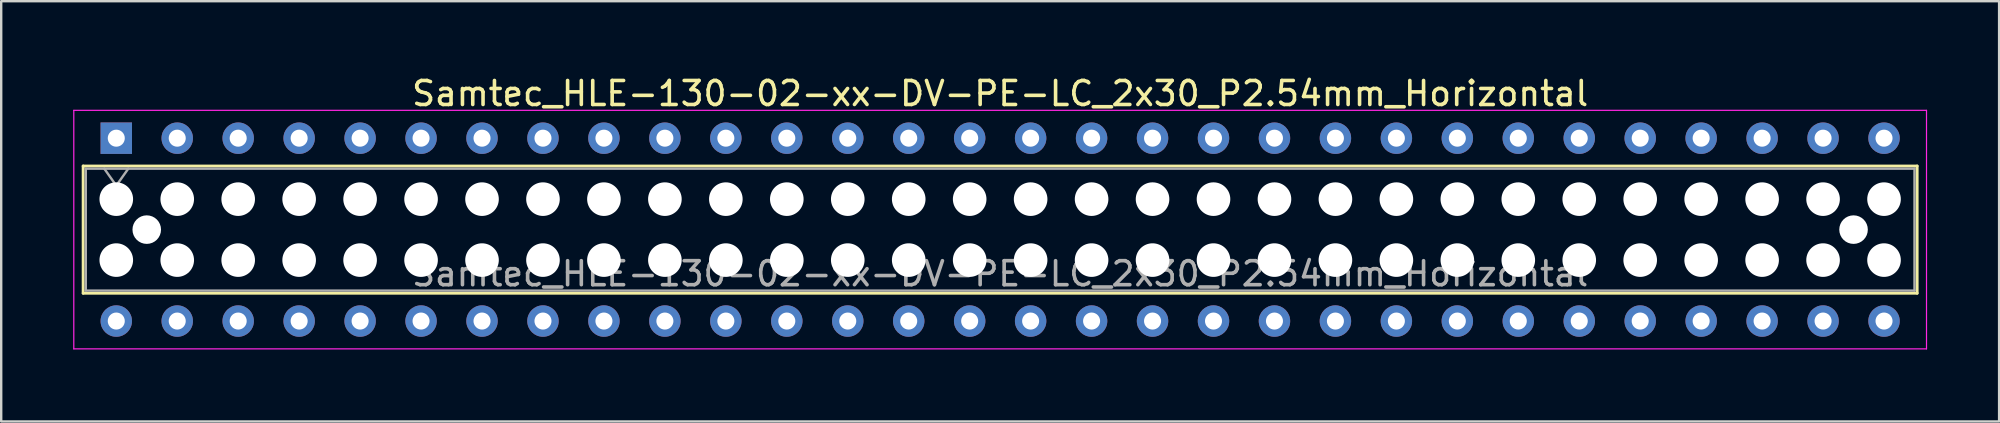
<source format=kicad_pcb>
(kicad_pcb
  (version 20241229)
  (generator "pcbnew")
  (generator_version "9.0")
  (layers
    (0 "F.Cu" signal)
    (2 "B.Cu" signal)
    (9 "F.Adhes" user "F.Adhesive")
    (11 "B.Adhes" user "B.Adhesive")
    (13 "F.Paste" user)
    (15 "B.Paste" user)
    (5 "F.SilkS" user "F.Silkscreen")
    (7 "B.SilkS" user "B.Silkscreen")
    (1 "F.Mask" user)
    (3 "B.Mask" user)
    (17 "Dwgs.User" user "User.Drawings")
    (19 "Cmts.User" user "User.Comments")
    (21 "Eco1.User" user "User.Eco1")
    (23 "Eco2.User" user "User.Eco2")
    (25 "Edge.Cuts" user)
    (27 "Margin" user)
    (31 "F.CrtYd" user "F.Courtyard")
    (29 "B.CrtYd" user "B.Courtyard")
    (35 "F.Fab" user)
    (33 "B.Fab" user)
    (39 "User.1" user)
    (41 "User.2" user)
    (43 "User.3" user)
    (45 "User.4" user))
  (footprint "Samtec_HLE-130-02-xx-DV-PE-LC_2x30_P2.54mm_Horizontal"
    (layer "F.Cu")
    (at 1.795 2.708)
    (property "Reference" "Samtec_HLE-130-02-xx-DV-PE-LC_2x30_P2.54mm_Horizontal" (at 36.83 -1.86 0) (layer "F.SilkS") (effects (font (size 1 1) (thickness 0.15))))
    (attr through_hole)
    (fp_line (start -1.38 1.16) (end 75.04 1.16) (stroke (width 0.12) (type solid)) (layer "F.SilkS"))
    (fp_line (start -1.38 6.46) (end -1.38 1.16) (stroke (width 0.12) (type solid)) (layer "F.SilkS"))
    (fp_line (start 75.04 1.16) (end 75.04 6.46) (stroke (width 0.12) (type solid)) (layer "F.SilkS"))
    (fp_line (start 75.04 6.46) (end -1.38 6.46) (stroke (width 0.12) (type solid)) (layer "F.SilkS"))
    (fp_line (start -1.77 -1.16) (end 75.43 -1.16) (stroke (width 0.05) (type solid)) (layer "F.CrtYd"))
    (fp_line (start -1.77 8.78) (end -1.77 -1.16) (stroke (width 0.05) (type solid)) (layer "F.CrtYd"))
    (fp_line (start 75.43 -1.16) (end 75.43 8.78) (stroke (width 0.05) (type solid)) (layer "F.CrtYd"))
    (fp_line (start 75.43 8.78) (end -1.77 8.78) (stroke (width 0.05) (type solid)) (layer "F.CrtYd"))
    (fp_line (start -1.27 1.27) (end 74.93 1.27) (stroke (width 0.1) (type solid)) (layer "F.Fab"))
    (fp_line (start -1.27 6.35) (end -1.27 1.27) (stroke (width 0.1) (type solid)) (layer "F.Fab"))
    (fp_line (start -0.5 1.27) (end 0 1.977) (stroke (width 0.1) (type solid)) (layer "F.Fab"))
    (fp_line (start 0 1.977) (end 0.5 1.27) (stroke (width 0.1) (type solid)) (layer "F.Fab"))
    (fp_line (start 74.93 1.27) (end 74.93 6.35) (stroke (width 0.1) (type solid)) (layer "F.Fab"))
    (fp_line (start 74.93 6.35) (end -1.27 6.35) (stroke (width 0.1) (type solid)) (layer "F.Fab"))
    (fp_text user "${REFERENCE}" (at 36.83 5.65 0) (layer "F.Fab") (effects (font (size 1 1) (thickness 0.15))))
    (pad "" np_thru_hole circle (at 0 2.54) (size 1.4 1.4) (drill 1.4) (layers "*.Cu" "*.Mask"))
    (pad "" np_thru_hole circle (at 0 5.08) (size 1.4 1.4) (drill 1.4) (layers "*.Cu" "*.Mask"))
    (pad "" np_thru_hole circle (at 1.27 3.81) (size 1.19 1.19) (drill 1.19) (layers "*.Cu" "*.Mask"))
    (pad "" np_thru_hole circle (at 2.54 2.54) (size 1.4 1.4) (drill 1.4) (layers "*.Cu" "*.Mask"))
    (pad "" np_thru_hole circle (at 2.54 5.08) (size 1.4 1.4) (drill 1.4) (layers "*.Cu" "*.Mask"))
    (pad "" np_thru_hole circle (at 5.08 2.54) (size 1.4 1.4) (drill 1.4) (layers "*.Cu" "*.Mask"))
    (pad "" np_thru_hole circle (at 5.08 5.08) (size 1.4 1.4) (drill 1.4) (layers "*.Cu" "*.Mask"))
    (pad "" np_thru_hole circle (at 7.62 2.54) (size 1.4 1.4) (drill 1.4) (layers "*.Cu" "*.Mask"))
    (pad "" np_thru_hole circle (at 7.62 5.08) (size 1.4 1.4) (drill 1.4) (layers "*.Cu" "*.Mask"))
    (pad "" np_thru_hole circle (at 10.16 2.54) (size 1.4 1.4) (drill 1.4) (layers "*.Cu" "*.Mask"))
    (pad "" np_thru_hole circle (at 10.16 5.08) (size 1.4 1.4) (drill 1.4) (layers "*.Cu" "*.Mask"))
    (pad "" np_thru_hole circle (at 12.7 2.54) (size 1.4 1.4) (drill 1.4) (layers "*.Cu" "*.Mask"))
    (pad "" np_thru_hole circle (at 12.7 5.08) (size 1.4 1.4) (drill 1.4) (layers "*.Cu" "*.Mask"))
    (pad "" np_thru_hole circle (at 15.24 2.54) (size 1.4 1.4) (drill 1.4) (layers "*.Cu" "*.Mask"))
    (pad "" np_thru_hole circle (at 15.24 5.08) (size 1.4 1.4) (drill 1.4) (layers "*.Cu" "*.Mask"))
    (pad "" np_thru_hole circle (at 17.78 2.54) (size 1.4 1.4) (drill 1.4) (layers "*.Cu" "*.Mask"))
    (pad "" np_thru_hole circle (at 17.78 5.08) (size 1.4 1.4) (drill 1.4) (layers "*.Cu" "*.Mask"))
    (pad "" np_thru_hole circle (at 20.32 2.54) (size 1.4 1.4) (drill 1.4) (layers "*.Cu" "*.Mask"))
    (pad "" np_thru_hole circle (at 20.32 5.08) (size 1.4 1.4) (drill 1.4) (layers "*.Cu" "*.Mask"))
    (pad "" np_thru_hole circle (at 22.86 2.54) (size 1.4 1.4) (drill 1.4) (layers "*.Cu" "*.Mask"))
    (pad "" np_thru_hole circle (at 22.86 5.08) (size 1.4 1.4) (drill 1.4) (layers "*.Cu" "*.Mask"))
    (pad "" np_thru_hole circle (at 25.4 2.54) (size 1.4 1.4) (drill 1.4) (layers "*.Cu" "*.Mask"))
    (pad "" np_thru_hole circle (at 25.4 5.08) (size 1.4 1.4) (drill 1.4) (layers "*.Cu" "*.Mask"))
    (pad "" np_thru_hole circle (at 27.94 2.54) (size 1.4 1.4) (drill 1.4) (layers "*.Cu" "*.Mask"))
    (pad "" np_thru_hole circle (at 27.94 5.08) (size 1.4 1.4) (drill 1.4) (layers "*.Cu" "*.Mask"))
    (pad "" np_thru_hole circle (at 30.48 2.54) (size 1.4 1.4) (drill 1.4) (layers "*.Cu" "*.Mask"))
    (pad "" np_thru_hole circle (at 30.48 5.08) (size 1.4 1.4) (drill 1.4) (layers "*.Cu" "*.Mask"))
    (pad "" np_thru_hole circle (at 33.02 2.54) (size 1.4 1.4) (drill 1.4) (layers "*.Cu" "*.Mask"))
    (pad "" np_thru_hole circle (at 33.02 5.08) (size 1.4 1.4) (drill 1.4) (layers "*.Cu" "*.Mask"))
    (pad "" np_thru_hole circle (at 35.56 2.54) (size 1.4 1.4) (drill 1.4) (layers "*.Cu" "*.Mask"))
    (pad "" np_thru_hole circle (at 35.56 5.08) (size 1.4 1.4) (drill 1.4) (layers "*.Cu" "*.Mask"))
    (pad "" np_thru_hole circle (at 38.1 2.54) (size 1.4 1.4) (drill 1.4) (layers "*.Cu" "*.Mask"))
    (pad "" np_thru_hole circle (at 38.1 5.08) (size 1.4 1.4) (drill 1.4) (layers "*.Cu" "*.Mask"))
    (pad "" np_thru_hole circle (at 40.64 2.54) (size 1.4 1.4) (drill 1.4) (layers "*.Cu" "*.Mask"))
    (pad "" np_thru_hole circle (at 40.64 5.08) (size 1.4 1.4) (drill 1.4) (layers "*.Cu" "*.Mask"))
    (pad "" np_thru_hole circle (at 43.18 2.54) (size 1.4 1.4) (drill 1.4) (layers "*.Cu" "*.Mask"))
    (pad "" np_thru_hole circle (at 43.18 5.08) (size 1.4 1.4) (drill 1.4) (layers "*.Cu" "*.Mask"))
    (pad "" np_thru_hole circle (at 45.72 2.54) (size 1.4 1.4) (drill 1.4) (layers "*.Cu" "*.Mask"))
    (pad "" np_thru_hole circle (at 45.72 5.08) (size 1.4 1.4) (drill 1.4) (layers "*.Cu" "*.Mask"))
    (pad "" np_thru_hole circle (at 48.26 2.54) (size 1.4 1.4) (drill 1.4) (layers "*.Cu" "*.Mask"))
    (pad "" np_thru_hole circle (at 48.26 5.08) (size 1.4 1.4) (drill 1.4) (layers "*.Cu" "*.Mask"))
    (pad "" np_thru_hole circle (at 50.8 2.54) (size 1.4 1.4) (drill 1.4) (layers "*.Cu" "*.Mask"))
    (pad "" np_thru_hole circle (at 50.8 5.08) (size 1.4 1.4) (drill 1.4) (layers "*.Cu" "*.Mask"))
    (pad "" np_thru_hole circle (at 53.34 2.54) (size 1.4 1.4) (drill 1.4) (layers "*.Cu" "*.Mask"))
    (pad "" np_thru_hole circle (at 53.34 5.08) (size 1.4 1.4) (drill 1.4) (layers "*.Cu" "*.Mask"))
    (pad "" np_thru_hole circle (at 55.88 2.54) (size 1.4 1.4) (drill 1.4) (layers "*.Cu" "*.Mask"))
    (pad "" np_thru_hole circle (at 55.88 5.08) (size 1.4 1.4) (drill 1.4) (layers "*.Cu" "*.Mask"))
    (pad "" np_thru_hole circle (at 58.42 2.54) (size 1.4 1.4) (drill 1.4) (layers "*.Cu" "*.Mask"))
    (pad "" np_thru_hole circle (at 58.42 5.08) (size 1.4 1.4) (drill 1.4) (layers "*.Cu" "*.Mask"))
    (pad "" np_thru_hole circle (at 60.96 2.54) (size 1.4 1.4) (drill 1.4) (layers "*.Cu" "*.Mask"))
    (pad "" np_thru_hole circle (at 60.96 5.08) (size 1.4 1.4) (drill 1.4) (layers "*.Cu" "*.Mask"))
    (pad "" np_thru_hole circle (at 63.5 2.54) (size 1.4 1.4) (drill 1.4) (layers "*.Cu" "*.Mask"))
    (pad "" np_thru_hole circle (at 63.5 5.08) (size 1.4 1.4) (drill 1.4) (layers "*.Cu" "*.Mask"))
    (pad "" np_thru_hole circle (at 66.04 2.54) (size 1.4 1.4) (drill 1.4) (layers "*.Cu" "*.Mask"))
    (pad "" np_thru_hole circle (at 66.04 5.08) (size 1.4 1.4) (drill 1.4) (layers "*.Cu" "*.Mask"))
    (pad "" np_thru_hole circle (at 68.58 2.54) (size 1.4 1.4) (drill 1.4) (layers "*.Cu" "*.Mask"))
    (pad "" np_thru_hole circle (at 68.58 5.08) (size 1.4 1.4) (drill 1.4) (layers "*.Cu" "*.Mask"))
    (pad "" np_thru_hole circle (at 71.12 2.54) (size 1.4 1.4) (drill 1.4) (layers "*.Cu" "*.Mask"))
    (pad "" np_thru_hole circle (at 71.12 5.08) (size 1.4 1.4) (drill 1.4) (layers "*.Cu" "*.Mask"))
    (pad "" np_thru_hole circle (at 72.39 3.81) (size 1.19 1.19) (drill 1.19) (layers "*.Cu" "*.Mask"))
    (pad "" np_thru_hole circle (at 73.66 2.54) (size 1.4 1.4) (drill 1.4) (layers "*.Cu" "*.Mask"))
    (pad "" np_thru_hole circle (at 73.66 5.08) (size 1.4 1.4) (drill 1.4) (layers "*.Cu" "*.Mask"))
    (pad "1" thru_hole rect (at 0 0) (size 1.31 1.31) (drill 0.71) (layers "*.Cu" "*.Mask"))
    (pad "2" thru_hole circle (at 0 7.62) (size 1.31 1.31) (drill 0.71) (layers "*.Cu" "*.Mask"))
    (pad "3" thru_hole circle (at 2.54 0) (size 1.31 1.31) (drill 0.71) (layers "*.Cu" "*.Mask"))
    (pad "4" thru_hole circle (at 2.54 7.62) (size 1.31 1.31) (drill 0.71) (layers "*.Cu" "*.Mask"))
    (pad "5" thru_hole circle (at 5.08 0) (size 1.31 1.31) (drill 0.71) (layers "*.Cu" "*.Mask"))
    (pad "6" thru_hole circle (at 5.08 7.62) (size 1.31 1.31) (drill 0.71) (layers "*.Cu" "*.Mask"))
    (pad "7" thru_hole circle (at 7.62 0) (size 1.31 1.31) (drill 0.71) (layers "*.Cu" "*.Mask"))
    (pad "8" thru_hole circle (at 7.62 7.62) (size 1.31 1.31) (drill 0.71) (layers "*.Cu" "*.Mask"))
    (pad "9" thru_hole circle (at 10.16 0) (size 1.31 1.31) (drill 0.71) (layers "*.Cu" "*.Mask"))
    (pad "10" thru_hole circle (at 10.16 7.62) (size 1.31 1.31) (drill 0.71) (layers "*.Cu" "*.Mask"))
    (pad "11" thru_hole circle (at 12.7 0) (size 1.31 1.31) (drill 0.71) (layers "*.Cu" "*.Mask"))
    (pad "12" thru_hole circle (at 12.7 7.62) (size 1.31 1.31) (drill 0.71) (layers "*.Cu" "*.Mask"))
    (pad "13" thru_hole circle (at 15.24 0) (size 1.31 1.31) (drill 0.71) (layers "*.Cu" "*.Mask"))
    (pad "14" thru_hole circle (at 15.24 7.62) (size 1.31 1.31) (drill 0.71) (layers "*.Cu" "*.Mask"))
    (pad "15" thru_hole circle (at 17.78 0) (size 1.31 1.31) (drill 0.71) (layers "*.Cu" "*.Mask"))
    (pad "16" thru_hole circle (at 17.78 7.62) (size 1.31 1.31) (drill 0.71) (layers "*.Cu" "*.Mask"))
    (pad "17" thru_hole circle (at 20.32 0) (size 1.31 1.31) (drill 0.71) (layers "*.Cu" "*.Mask"))
    (pad "18" thru_hole circle (at 20.32 7.62) (size 1.31 1.31) (drill 0.71) (layers "*.Cu" "*.Mask"))
    (pad "19" thru_hole circle (at 22.86 0) (size 1.31 1.31) (drill 0.71) (layers "*.Cu" "*.Mask"))
    (pad "20" thru_hole circle (at 22.86 7.62) (size 1.31 1.31) (drill 0.71) (layers "*.Cu" "*.Mask"))
    (pad "21" thru_hole circle (at 25.4 0) (size 1.31 1.31) (drill 0.71) (layers "*.Cu" "*.Mask"))
    (pad "22" thru_hole circle (at 25.4 7.62) (size 1.31 1.31) (drill 0.71) (layers "*.Cu" "*.Mask"))
    (pad "23" thru_hole circle (at 27.94 0) (size 1.31 1.31) (drill 0.71) (layers "*.Cu" "*.Mask"))
    (pad "24" thru_hole circle (at 27.94 7.62) (size 1.31 1.31) (drill 0.71) (layers "*.Cu" "*.Mask"))
    (pad "25" thru_hole circle (at 30.48 0) (size 1.31 1.31) (drill 0.71) (layers "*.Cu" "*.Mask"))
    (pad "26" thru_hole circle (at 30.48 7.62) (size 1.31 1.31) (drill 0.71) (layers "*.Cu" "*.Mask"))
    (pad "27" thru_hole circle (at 33.02 0) (size 1.31 1.31) (drill 0.71) (layers "*.Cu" "*.Mask"))
    (pad "28" thru_hole circle (at 33.02 7.62) (size 1.31 1.31) (drill 0.71) (layers "*.Cu" "*.Mask"))
    (pad "29" thru_hole circle (at 35.56 0) (size 1.31 1.31) (drill 0.71) (layers "*.Cu" "*.Mask"))
    (pad "30" thru_hole circle (at 35.56 7.62) (size 1.31 1.31) (drill 0.71) (layers "*.Cu" "*.Mask"))
    (pad "31" thru_hole circle (at 38.1 0) (size 1.31 1.31) (drill 0.71) (layers "*.Cu" "*.Mask"))
    (pad "32" thru_hole circle (at 38.1 7.62) (size 1.31 1.31) (drill 0.71) (layers "*.Cu" "*.Mask"))
    (pad "33" thru_hole circle (at 40.64 0) (size 1.31 1.31) (drill 0.71) (layers "*.Cu" "*.Mask"))
    (pad "34" thru_hole circle (at 40.64 7.62) (size 1.31 1.31) (drill 0.71) (layers "*.Cu" "*.Mask"))
    (pad "35" thru_hole circle (at 43.18 0) (size 1.31 1.31) (drill 0.71) (layers "*.Cu" "*.Mask"))
    (pad "36" thru_hole circle (at 43.18 7.62) (size 1.31 1.31) (drill 0.71) (layers "*.Cu" "*.Mask"))
    (pad "37" thru_hole circle (at 45.72 0) (size 1.31 1.31) (drill 0.71) (layers "*.Cu" "*.Mask"))
    (pad "38" thru_hole circle (at 45.72 7.62) (size 1.31 1.31) (drill 0.71) (layers "*.Cu" "*.Mask"))
    (pad "39" thru_hole circle (at 48.26 0) (size 1.31 1.31) (drill 0.71) (layers "*.Cu" "*.Mask"))
    (pad "40" thru_hole circle (at 48.26 7.62) (size 1.31 1.31) (drill 0.71) (layers "*.Cu" "*.Mask"))
    (pad "41" thru_hole circle (at 50.8 0) (size 1.31 1.31) (drill 0.71) (layers "*.Cu" "*.Mask"))
    (pad "42" thru_hole circle (at 50.8 7.62) (size 1.31 1.31) (drill 0.71) (layers "*.Cu" "*.Mask"))
    (pad "43" thru_hole circle (at 53.34 0) (size 1.31 1.31) (drill 0.71) (layers "*.Cu" "*.Mask"))
    (pad "44" thru_hole circle (at 53.34 7.62) (size 1.31 1.31) (drill 0.71) (layers "*.Cu" "*.Mask"))
    (pad "45" thru_hole circle (at 55.88 0) (size 1.31 1.31) (drill 0.71) (layers "*.Cu" "*.Mask"))
    (pad "46" thru_hole circle (at 55.88 7.62) (size 1.31 1.31) (drill 0.71) (layers "*.Cu" "*.Mask"))
    (pad "47" thru_hole circle (at 58.42 0) (size 1.31 1.31) (drill 0.71) (layers "*.Cu" "*.Mask"))
    (pad "48" thru_hole circle (at 58.42 7.62) (size 1.31 1.31) (drill 0.71) (layers "*.Cu" "*.Mask"))
    (pad "49" thru_hole circle (at 60.96 0) (size 1.31 1.31) (drill 0.71) (layers "*.Cu" "*.Mask"))
    (pad "50" thru_hole circle (at 60.96 7.62) (size 1.31 1.31) (drill 0.71) (layers "*.Cu" "*.Mask"))
    (pad "51" thru_hole circle (at 63.5 0) (size 1.31 1.31) (drill 0.71) (layers "*.Cu" "*.Mask"))
    (pad "52" thru_hole circle (at 63.5 7.62) (size 1.31 1.31) (drill 0.71) (layers "*.Cu" "*.Mask"))
    (pad "53" thru_hole circle (at 66.04 0) (size 1.31 1.31) (drill 0.71) (layers "*.Cu" "*.Mask"))
    (pad "54" thru_hole circle (at 66.04 7.62) (size 1.31 1.31) (drill 0.71) (layers "*.Cu" "*.Mask"))
    (pad "55" thru_hole circle (at 68.58 0) (size 1.31 1.31) (drill 0.71) (layers "*.Cu" "*.Mask"))
    (pad "56" thru_hole circle (at 68.58 7.62) (size 1.31 1.31) (drill 0.71) (layers "*.Cu" "*.Mask"))
    (pad "57" thru_hole circle (at 71.12 0) (size 1.31 1.31) (drill 0.71) (layers "*.Cu" "*.Mask"))
    (pad "58" thru_hole circle (at 71.12 7.62) (size 1.31 1.31) (drill 0.71) (layers "*.Cu" "*.Mask"))
    (pad "59" thru_hole circle (at 73.66 0) (size 1.31 1.31) (drill 0.71) (layers "*.Cu" "*.Mask"))
    (pad "60" thru_hole circle (at 73.66 7.62) (size 1.31 1.31) (drill 0.71) (layers "*.Cu" "*.Mask")))
  (gr_rect
    (start -3 -3)
    (end 80.25 14.513)
    (stroke (width 0.1) (type default))
    (fill no)
    (layer "Edge.Cuts")))
</source>
